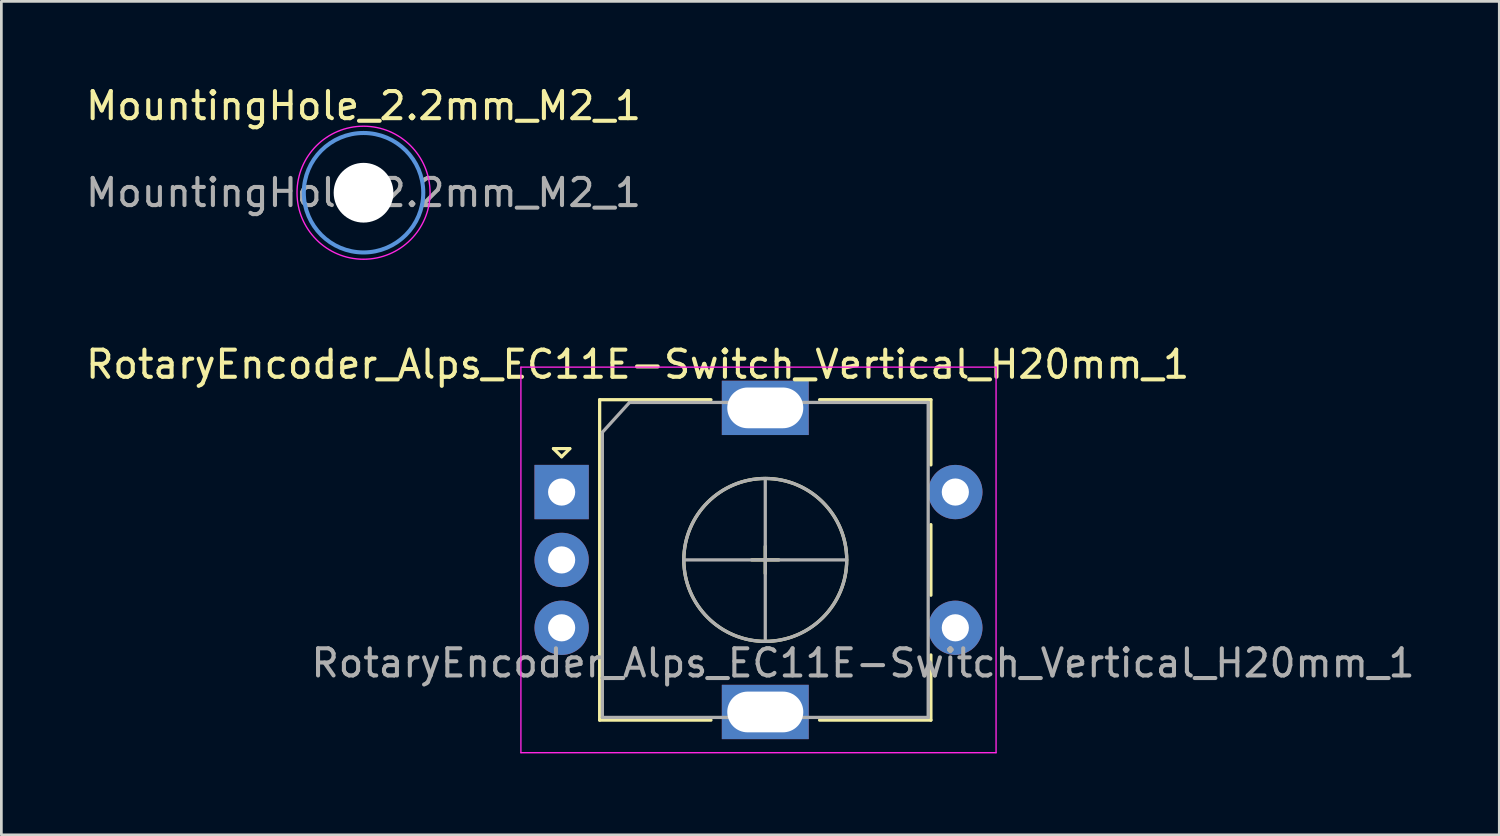
<source format=kicad_pcb>
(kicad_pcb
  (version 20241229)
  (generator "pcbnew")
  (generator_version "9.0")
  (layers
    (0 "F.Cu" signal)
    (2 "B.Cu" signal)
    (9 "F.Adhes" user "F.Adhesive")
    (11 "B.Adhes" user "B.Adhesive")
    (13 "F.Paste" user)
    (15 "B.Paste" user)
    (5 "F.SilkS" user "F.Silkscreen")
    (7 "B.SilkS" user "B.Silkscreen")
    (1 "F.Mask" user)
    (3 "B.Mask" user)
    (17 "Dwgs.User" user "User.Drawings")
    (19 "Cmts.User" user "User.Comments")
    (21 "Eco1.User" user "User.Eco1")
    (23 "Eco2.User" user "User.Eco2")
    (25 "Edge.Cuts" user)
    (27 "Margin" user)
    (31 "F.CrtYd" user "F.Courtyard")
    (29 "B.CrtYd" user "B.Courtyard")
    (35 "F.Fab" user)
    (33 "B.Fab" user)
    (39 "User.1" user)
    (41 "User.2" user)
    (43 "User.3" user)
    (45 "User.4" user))
  (footprint "MountingHole_2.2mm_M2_1"
    (layer "F.Cu")
    (at 10.339 4.048)
    (property "Reference" "MountingHole_2.2mm_M2_1" (at 0 -3.2 0) (layer "F.SilkS") (effects (font (size 1 1) (thickness 0.15))))
    (attr exclude_from_pos_files exclude_from_bom)
    (fp_circle (center 0 0) (end 2.2 0) (stroke (width 0.15) (type solid)) (fill no) (layer "Cmts.User"))
    (fp_circle (center 0 0) (end 2.45 0) (stroke (width 0.05) (type solid)) (fill no) (layer "F.CrtYd"))
    (fp_text user "${REFERENCE}" (at 0 0 0) (layer "F.Fab") (effects (font (size 1 1) (thickness 0.15))))
    (pad "" np_thru_hole circle (at 0 0) (size 2.2 2.2) (drill 2.2) (layers "*.Cu" "*.Mask")))
  (footprint "RotaryEncoder_Alps_EC11E-Switch_Vertical_H20mm_1"
    (layer "F.Cu")
    (at 25.135 17.572)
    (property "Reference" "RotaryEncoder_Alps_EC11E-Switch_Vertical_H20mm_1" (at -4.7 -7.2 0) (layer "F.SilkS") (effects (font (size 1 1) (thickness 0.15))))
    (attr through_hole)
    (fp_line (start -7.8 -4.1) (end -7.2 -4.1) (stroke (width 0.12) (type solid)) (layer "F.SilkS"))
    (fp_line (start -7.5 -3.8) (end -7.8 -4.1) (stroke (width 0.12) (type solid)) (layer "F.SilkS"))
    (fp_line (start -7.2 -4.1) (end -7.5 -3.8) (stroke (width 0.12) (type solid)) (layer "F.SilkS"))
    (fp_line (start -6.1 -5.9) (end -6.1 5.9) (stroke (width 0.12) (type solid)) (layer "F.SilkS"))
    (fp_line (start -2 -5.9) (end -6.1 -5.9) (stroke (width 0.12) (type solid)) (layer "F.SilkS"))
    (fp_line (start -2 5.9) (end -6.1 5.9) (stroke (width 0.12) (type solid)) (layer "F.SilkS"))
    (fp_line (start -0.5 0) (end 0.5 0) (stroke (width 0.12) (type solid)) (layer "F.SilkS"))
    (fp_line (start 0 -0.5) (end 0 0.5) (stroke (width 0.12) (type solid)) (layer "F.SilkS"))
    (fp_line (start 2 -5.9) (end 6.1 -5.9) (stroke (width 0.12) (type solid)) (layer "F.SilkS"))
    (fp_line (start 6.1 -5.9) (end 6.1 -3.5) (stroke (width 0.12) (type solid)) (layer "F.SilkS"))
    (fp_line (start 6.1 -1.3) (end 6.1 1.3) (stroke (width 0.12) (type solid)) (layer "F.SilkS"))
    (fp_line (start 6.1 3.5) (end 6.1 5.9) (stroke (width 0.12) (type solid)) (layer "F.SilkS"))
    (fp_line (start 6.1 5.9) (end 2 5.9) (stroke (width 0.12) (type solid)) (layer "F.SilkS"))
    (fp_circle (center 0 0) (end 3 0) (stroke (width 0.12) (type solid)) (fill no) (layer "F.SilkS"))
    (fp_line (start -9 -7.1) (end -9 7.1) (stroke (width 0.05) (type solid)) (layer "F.CrtYd"))
    (fp_line (start -9 -7.1) (end 8.5 -7.1) (stroke (width 0.05) (type solid)) (layer "F.CrtYd"))
    (fp_line (start 8.5 7.1) (end -9 7.1) (stroke (width 0.05) (type solid)) (layer "F.CrtYd"))
    (fp_line (start 8.5 7.1) (end 8.5 -7.1) (stroke (width 0.05) (type solid)) (layer "F.CrtYd"))
    (fp_line (start -6 -4.7) (end -5 -5.8) (stroke (width 0.12) (type solid)) (layer "F.Fab"))
    (fp_line (start -6 5.8) (end -6 -4.7) (stroke (width 0.12) (type solid)) (layer "F.Fab"))
    (fp_line (start -5 -5.8) (end 6 -5.8) (stroke (width 0.12) (type solid)) (layer "F.Fab"))
    (fp_line (start -3 0) (end 3 0) (stroke (width 0.12) (type solid)) (layer "F.Fab"))
    (fp_line (start 0 -3) (end 0 3) (stroke (width 0.12) (type solid)) (layer "F.Fab"))
    (fp_line (start 6 -5.8) (end 6 5.8) (stroke (width 0.12) (type solid)) (layer "F.Fab"))
    (fp_line (start 6 5.8) (end -6 5.8) (stroke (width 0.12) (type solid)) (layer "F.Fab"))
    (fp_circle (center 0 0) (end 3 0) (stroke (width 0.12) (type solid)) (fill no) (layer "F.Fab"))
    (fp_text user "${REFERENCE}" (at 3.6 3.8 0) (layer "F.Fab") (effects (font (size 1 1) (thickness 0.15))))
    (pad "" thru_hole rect (at 0 -5.6) (size 3.2 2) (drill oval 2.8 1.5) (layers "*.Cu" "*.Mask"))
    (pad "" thru_hole rect (at 0 5.6) (size 3.2 2) (drill oval 2.8 1.5) (layers "*.Cu" "*.Mask"))
    (pad "A" thru_hole rect (at -7.5 -2.5) (size 2 2) (drill 1) (layers "*.Cu" "*.Mask"))
    (pad "B" thru_hole circle (at -7.5 2.5) (size 2 2) (drill 1) (layers "*.Cu" "*.Mask"))
    (pad "C" thru_hole circle (at -7.5 0) (size 2 2) (drill 1) (layers "*.Cu" "*.Mask"))
    (pad "S1" thru_hole circle (at 7 2.5) (size 2 2) (drill 1) (layers "*.Cu" "*.Mask"))
    (pad "S2" thru_hole circle (at 7 -2.5) (size 2 2) (drill 1) (layers "*.Cu" "*.Mask")))
  (gr_rect
    (start -3 -3)
    (end 52.169 27.697)
    (stroke (width 0.1) (type default))
    (fill no)
    (layer "Edge.Cuts")))
</source>
